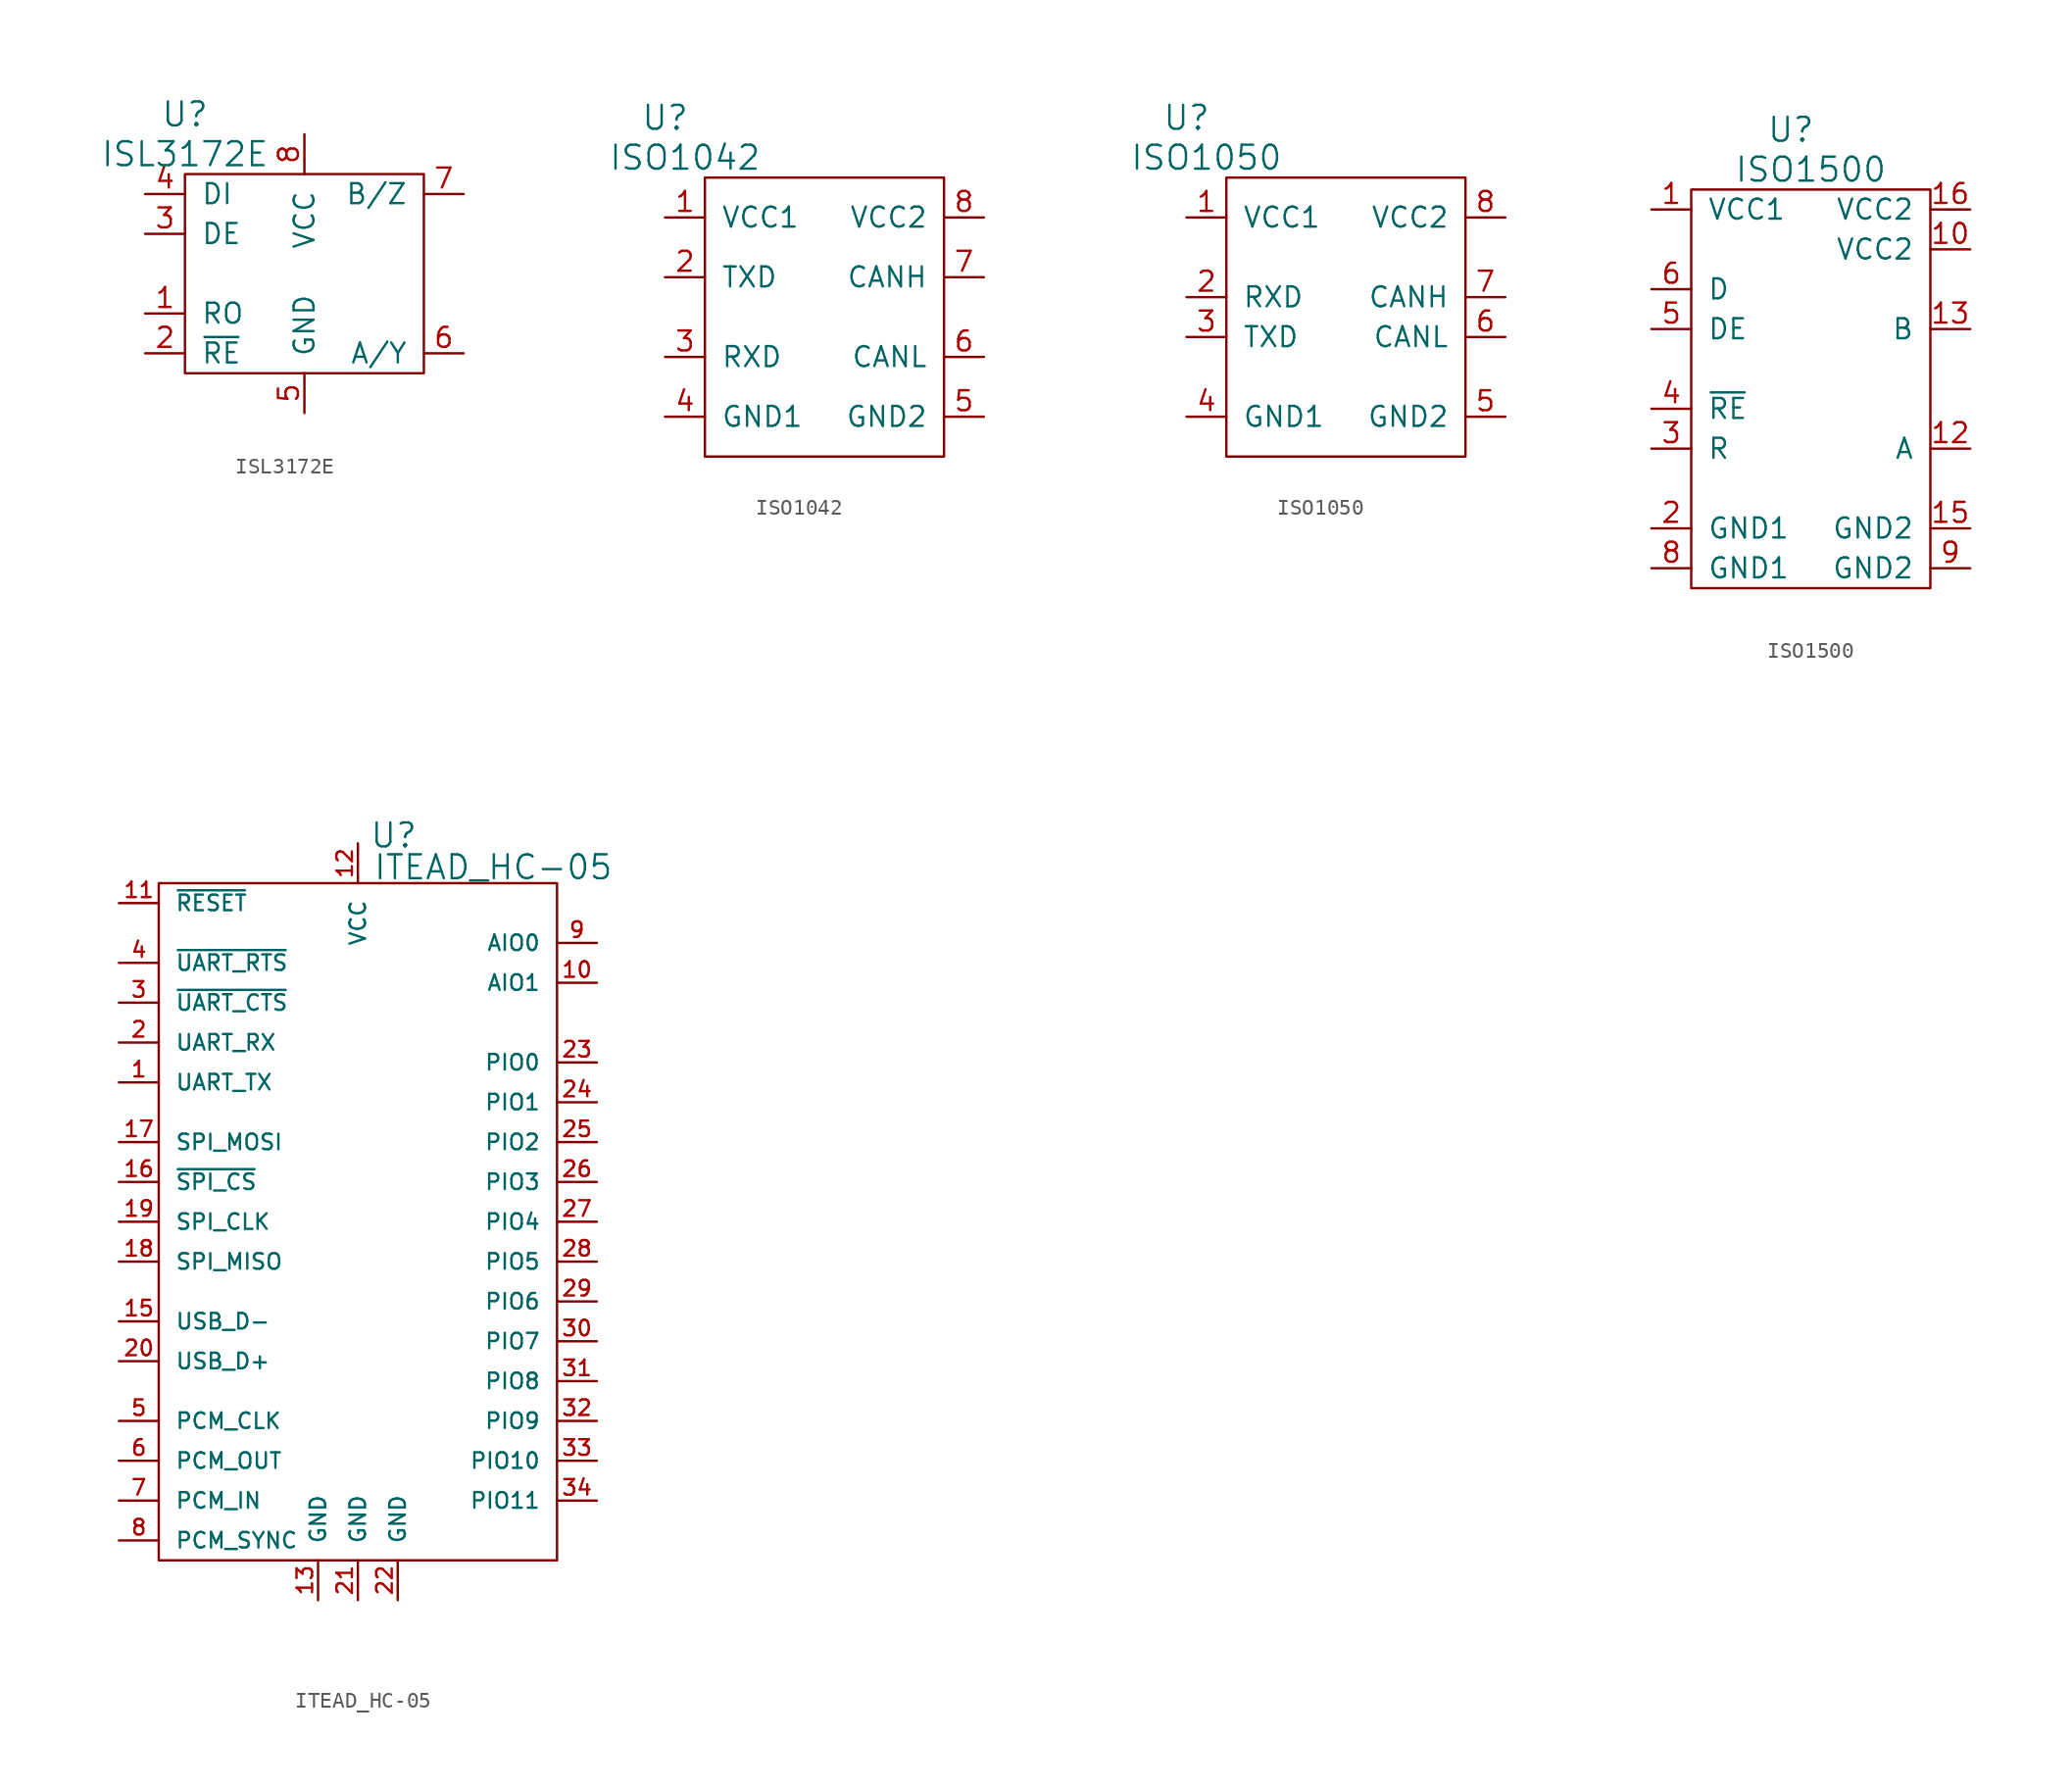
<source format=kicad_sym>
(kicad_symbol_lib
  (version 20220914)
  (generator kicad_symbol_editor)
  (symbol "ISL3172E"
    (pin_names
      (offset 1.016))
    (property "Reference" "U"
      (at -7.62 10.16 0)
      (effects (font (size 1.524 1.524))))
    (property "Value" "ISL3172E"
      (at -7.62 7.62 0)
      (effects (font (size 1.524 1.524))))
    (property "Footprint" ""
      (at 0 0 0)
      (effects (font (size 1.524 1.524))))
    (property "Datasheet" ""
      (at 0 0 0)
      (effects (font (size 1.524 1.524))))
    (symbol "ISL3172E_0_1"
      (rectangle (start -7.62 6.35) (end 7.62 -6.35) (stroke (width 0) (type solid)) (fill (type none))))
    (symbol "ISL3172E_1_1"
      (pin passive line (at -10.16 -2.54 0) (length 2.54) (name "RO" (effects (font (size 1.27 1.27)))) (number "1" (effects (font (size 1.27 1.27)))))
      (pin passive line (at -10.16 -5.08 0) (length 2.54) (name "~{RE}" (effects (font (size 1.27 1.27)))) (number "2" (effects (font (size 1.27 1.27)))))
      (pin passive line (at -10.16 2.54 0) (length 2.54) (name "DE" (effects (font (size 1.27 1.27)))) (number "3" (effects (font (size 1.27 1.27)))))
      (pin passive line (at -10.16 5.08 0) (length 2.54) (name "DI" (effects (font (size 1.27 1.27)))) (number "4" (effects (font (size 1.27 1.27)))))
      (pin passive line (at 0 -8.89 90) (length 2.54) (name "GND" (effects (font (size 1.27 1.27)))) (number "5" (effects (font (size 1.27 1.27)))))
      (pin passive line (at 10.16 -5.08 180) (length 2.54) (name "A/Y" (effects (font (size 1.27 1.27)))) (number "6" (effects (font (size 1.27 1.27)))))
      (pin passive line (at 10.16 5.08 180) (length 2.54) (name "B/Z" (effects (font (size 1.27 1.27)))) (number "7" (effects (font (size 1.27 1.27)))))
      (pin passive line (at 0 8.89 270) (length 2.54) (name "VCC" (effects (font (size 1.27 1.27)))) (number "8" (effects (font (size 1.27 1.27)))))))
  (symbol "ISO1042"
    (pin_names
      (offset 1.016))
    (property "Reference" "U"
      (at -10.16 12.7 0)
      (effects (font (size 1.524 1.524))))
    (property "Value" "ISO1042"
      (at -8.89 10.16 0)
      (effects (font (size 1.524 1.524))))
    (property "Footprint" ""
      (at 0 0 0)
      (effects (font (size 1.524 1.524))))
    (property "Datasheet" ""
      (at 0 0 0)
      (effects (font (size 1.524 1.524))))
    (symbol "ISO1042_0_1"
      (rectangle (start -7.62 8.89) (end 7.62 -8.89) (stroke (width 0) (type solid)) (fill (type none))))
    (symbol "ISO1042_1_1"
      (pin passive line (at -10.16 6.35 0) (length 2.54) (name "VCC1" (effects (font (size 1.27 1.27)))) (number "1" (effects (font (size 1.27 1.27)))))
      (pin passive line (at -10.16 2.54 0) (length 2.54) (name "TXD" (effects (font (size 1.27 1.27)))) (number "2" (effects (font (size 1.27 1.27)))))
      (pin passive line (at -10.16 -2.54 0) (length 2.54) (name "RXD" (effects (font (size 1.27 1.27)))) (number "3" (effects (font (size 1.27 1.27)))))
      (pin passive line (at -10.16 -6.35 0) (length 2.54) (name "GND1" (effects (font (size 1.27 1.27)))) (number "4" (effects (font (size 1.27 1.27)))))
      (pin passive line (at 10.16 -6.35 180) (length 2.54) (name "GND2" (effects (font (size 1.27 1.27)))) (number "5" (effects (font (size 1.27 1.27)))))
      (pin passive line (at 10.16 -2.54 180) (length 2.54) (name "CANL" (effects (font (size 1.27 1.27)))) (number "6" (effects (font (size 1.27 1.27)))))
      (pin passive line (at 10.16 2.54 180) (length 2.54) (name "CANH" (effects (font (size 1.27 1.27)))) (number "7" (effects (font (size 1.27 1.27)))))
      (pin passive line (at 10.16 6.35 180) (length 2.54) (name "VCC2" (effects (font (size 1.27 1.27)))) (number "8" (effects (font (size 1.27 1.27)))))))
  (symbol "ISO1050"
    (pin_names
      (offset 1.016))
    (property "Reference" "U"
      (at -10.16 12.7 0)
      (effects (font (size 1.524 1.524))))
    (property "Value" "ISO1050"
      (at -8.89 10.16 0)
      (effects (font (size 1.524 1.524))))
    (property "Footprint" ""
      (at 0 0 0)
      (effects (font (size 1.524 1.524))))
    (property "Datasheet" ""
      (at 0 0 0)
      (effects (font (size 1.524 1.524))))
    (symbol "ISO1050_0_1"
      (rectangle (start -7.62 8.89) (end 7.62 -8.89) (stroke (width 0) (type solid)) (fill (type none))))
    (symbol "ISO1050_1_1"
      (pin passive line (at -10.16 6.35 0) (length 2.54) (name "VCC1" (effects (font (size 1.27 1.27)))) (number "1" (effects (font (size 1.27 1.27)))))
      (pin passive line (at -10.16 1.27 0) (length 2.54) (name "RXD" (effects (font (size 1.27 1.27)))) (number "2" (effects (font (size 1.27 1.27)))))
      (pin passive line (at -10.16 -1.27 0) (length 2.54) (name "TXD" (effects (font (size 1.27 1.27)))) (number "3" (effects (font (size 1.27 1.27)))))
      (pin passive line (at -10.16 -6.35 0) (length 2.54) (name "GND1" (effects (font (size 1.27 1.27)))) (number "4" (effects (font (size 1.27 1.27)))))
      (pin passive line (at 10.16 -6.35 180) (length 2.54) (name "GND2" (effects (font (size 1.27 1.27)))) (number "5" (effects (font (size 1.27 1.27)))))
      (pin passive line (at 10.16 -1.27 180) (length 2.54) (name "CANL" (effects (font (size 1.27 1.27)))) (number "6" (effects (font (size 1.27 1.27)))))
      (pin passive line (at 10.16 1.27 180) (length 2.54) (name "CANH" (effects (font (size 1.27 1.27)))) (number "7" (effects (font (size 1.27 1.27)))))
      (pin passive line (at 10.16 6.35 180) (length 2.54) (name "VCC2" (effects (font (size 1.27 1.27)))) (number "8" (effects (font (size 1.27 1.27)))))))
  (symbol "ISO1500"
    (pin_names
      (offset 1.016))
    (property "Reference" "U"
      (at -1.27 16.51 0)
      (effects (font (size 1.524 1.524))))
    (property "Value" "ISO1500"
      (at 0 13.97 0)
      (effects (font (size 1.524 1.524))))
    (property "Footprint" ""
      (at 0 0 0)
      (effects (font (size 1.524 1.524))))
    (property "Datasheet" ""
      (at 0 0 0)
      (effects (font (size 1.524 1.524))))
    (symbol "ISO1500_0_1"
      (rectangle (start -7.62 12.7) (end 7.62 -12.7) (stroke (width 0) (type solid)) (fill (type none))))
    (symbol "ISO1500_1_1"
      (pin passive line (at -10.16 11.43 0) (length 2.54) (name "VCC1" (effects (font (size 1.27 1.27)))) (number "1" (effects (font (size 1.27 1.27)))))
      (pin passive line (at 10.16 8.89 180) (length 2.54) (name "VCC2" (effects (font (size 1.27 1.27)))) (number "10" (effects (font (size 1.27 1.27)))))
      (pin passive line (at 10.16 -3.81 180) (length 2.54) (name "A" (effects (font (size 1.27 1.27)))) (number "12" (effects (font (size 1.27 1.27)))))
      (pin passive line (at 10.16 3.81 180) (length 2.54) (name "B" (effects (font (size 1.27 1.27)))) (number "13" (effects (font (size 1.27 1.27)))))
      (pin passive line (at 10.16 -8.89 180) (length 2.54) (name "GND2" (effects (font (size 1.27 1.27)))) (number "15" (effects (font (size 1.27 1.27)))))
      (pin passive line (at 10.16 11.43 180) (length 2.54) (name "VCC2" (effects (font (size 1.27 1.27)))) (number "16" (effects (font (size 1.27 1.27)))))
      (pin passive line (at -10.16 -8.89 0) (length 2.54) (name "GND1" (effects (font (size 1.27 1.27)))) (number "2" (effects (font (size 1.27 1.27)))))
      (pin passive line (at -10.16 -3.81 0) (length 2.54) (name "R" (effects (font (size 1.27 1.27)))) (number "3" (effects (font (size 1.27 1.27)))))
      (pin passive line (at -10.16 -1.27 0) (length 2.54) (name "~{RE}" (effects (font (size 1.27 1.27)))) (number "4" (effects (font (size 1.27 1.27)))))
      (pin passive line (at -10.16 3.81 0) (length 2.54) (name "DE" (effects (font (size 1.27 1.27)))) (number "5" (effects (font (size 1.27 1.27)))))
      (pin passive line (at -10.16 6.35 0) (length 2.54) (name "D" (effects (font (size 1.27 1.27)))) (number "6" (effects (font (size 1.27 1.27)))))
      (pin passive line (at -10.16 -11.43 0) (length 2.54) (name "GND1" (effects (font (size 1.27 1.27)))) (number "8" (effects (font (size 1.27 1.27)))))
      (pin passive line (at 10.16 -11.43 180) (length 2.54) (name "GND2" (effects (font (size 1.27 1.27)))) (number "9" (effects (font (size 1.27 1.27)))))))
  (symbol "ITEAD_HC-05"
    (pin_names
      (offset 1.016))
    (property "Reference" "U"
      (at 2.286 24.638 0)
      (effects (font (size 1.524 1.524))))
    (property "Value" "ITEAD_HC-05"
      (at 8.636 22.606 0)
      (effects (font (size 1.524 1.524))))
    (property "Footprint" ""
      (at 0 0 0)
      (effects (font (size 1.524 1.524))))
    (property "Datasheet" ""
      (at 0 0 0)
      (effects (font (size 1.524 1.524))))
    (symbol "ITEAD_HC-05_0_1"
      (rectangle (start -12.7 21.59) (end 12.7 -21.59) (stroke (width 0) (type solid)) (fill (type none))))
    (symbol "ITEAD_HC-05_1_1"
      (pin passive line (at -15.24 8.89 0) (length 2.54) (name "UART_TX" (effects (font (size 0.991 0.991)))) (number "1" (effects (font (size 0.991 0.991)))))
      (pin passive line (at 15.24 15.24 180) (length 2.54) (name "AIO1" (effects (font (size 0.991 0.991)))) (number "10" (effects (font (size 0.991 0.991)))))
      (pin passive line (at -15.24 20.32 0) (length 2.54) (name "~{RESET}" (effects (font (size 0.991 0.991)))) (number "11" (effects (font (size 0.991 0.991)))))
      (pin passive line (at 0 24.13 270) (length 2.54) (name "VCC" (effects (font (size 0.991 0.991)))) (number "12" (effects (font (size 0.991 0.991)))))
      (pin passive line (at -2.54 -24.13 90) (length 2.54) (name "GND" (effects (font (size 0.991 0.991)))) (number "13" (effects (font (size 0.991 0.991)))))
      (pin passive line (at -15.24 -6.35 0) (length 2.54) (name "USB_D-" (effects (font (size 0.991 0.991)))) (number "15" (effects (font (size 0.991 0.991)))))
      (pin passive line (at -15.24 2.54 0) (length 2.54) (name "~{SPI_CS}" (effects (font (size 0.991 0.991)))) (number "16" (effects (font (size 0.991 0.991)))))
      (pin passive line (at -15.24 5.08 0) (length 2.54) (name "SPI_MOSI" (effects (font (size 0.991 0.991)))) (number "17" (effects (font (size 0.991 0.991)))))
      (pin passive line (at -15.24 -2.54 0) (length 2.54) (name "SPI_MISO" (effects (font (size 0.991 0.991)))) (number "18" (effects (font (size 0.991 0.991)))))
      (pin passive line (at -15.24 0 0) (length 2.54) (name "SPI_CLK" (effects (font (size 0.991 0.991)))) (number "19" (effects (font (size 0.991 0.991)))))
      (pin passive line (at -15.24 11.43 0) (length 2.54) (name "UART_RX" (effects (font (size 0.991 0.991)))) (number "2" (effects (font (size 0.991 0.991)))))
      (pin passive line (at -15.24 -8.89 0) (length 2.54) (name "USB_D+" (effects (font (size 0.991 0.991)))) (number "20" (effects (font (size 0.991 0.991)))))
      (pin passive line (at 0 -24.13 90) (length 2.54) (name "GND" (effects (font (size 0.991 0.991)))) (number "21" (effects (font (size 0.991 0.991)))))
      (pin passive line (at 2.54 -24.13 90) (length 2.54) (name "GND" (effects (font (size 0.991 0.991)))) (number "22" (effects (font (size 0.991 0.991)))))
      (pin passive line (at 15.24 10.16 180) (length 2.54) (name "PIO0" (effects (font (size 0.991 0.991)))) (number "23" (effects (font (size 0.991 0.991)))))
      (pin passive line (at 15.24 7.62 180) (length 2.54) (name "PIO1" (effects (font (size 0.991 0.991)))) (number "24" (effects (font (size 0.991 0.991)))))
      (pin passive line (at 15.24 5.08 180) (length 2.54) (name "PIO2" (effects (font (size 0.991 0.991)))) (number "25" (effects (font (size 0.991 0.991)))))
      (pin passive line (at 15.24 2.54 180) (length 2.54) (name "PIO3" (effects (font (size 0.991 0.991)))) (number "26" (effects (font (size 0.991 0.991)))))
      (pin passive line (at 15.24 0 180) (length 2.54) (name "PIO4" (effects (font (size 0.991 0.991)))) (number "27" (effects (font (size 0.991 0.991)))))
      (pin passive line (at 15.24 -2.54 180) (length 2.54) (name "PIO5" (effects (font (size 0.991 0.991)))) (number "28" (effects (font (size 0.991 0.991)))))
      (pin passive line (at 15.24 -5.08 180) (length 2.54) (name "PIO6" (effects (font (size 0.991 0.991)))) (number "29" (effects (font (size 0.991 0.991)))))
      (pin passive line (at -15.24 13.97 0) (length 2.54) (name "~{UART_CTS}" (effects (font (size 0.991 0.991)))) (number "3" (effects (font (size 0.991 0.991)))))
      (pin passive line (at 15.24 -7.62 180) (length 2.54) (name "PIO7" (effects (font (size 0.991 0.991)))) (number "30" (effects (font (size 0.991 0.991)))))
      (pin passive line (at 15.24 -10.16 180) (length 2.54) (name "PIO8" (effects (font (size 0.991 0.991)))) (number "31" (effects (font (size 0.991 0.991)))))
      (pin passive line (at 15.24 -12.7 180) (length 2.54) (name "PIO9" (effects (font (size 0.991 0.991)))) (number "32" (effects (font (size 0.991 0.991)))))
      (pin passive line (at 15.24 -15.24 180) (length 2.54) (name "PIO10" (effects (font (size 0.991 0.991)))) (number "33" (effects (font (size 0.991 0.991)))))
      (pin passive line (at 15.24 -17.78 180) (length 2.54) (name "PIO11" (effects (font (size 0.991 0.991)))) (number "34" (effects (font (size 0.991 0.991)))))
      (pin passive line (at -15.24 16.51 0) (length 2.54) (name "~{UART_RTS}" (effects (font (size 0.991 0.991)))) (number "4" (effects (font (size 0.991 0.991)))))
      (pin passive line (at -15.24 -12.7 0) (length 2.54) (name "PCM_CLK" (effects (font (size 0.991 0.991)))) (number "5" (effects (font (size 0.991 0.991)))))
      (pin passive line (at -15.24 -15.24 0) (length 2.54) (name "PCM_OUT" (effects (font (size 0.991 0.991)))) (number "6" (effects (font (size 0.991 0.991)))))
      (pin passive line (at -15.24 -17.78 0) (length 2.54) (name "PCM_IN" (effects (font (size 0.991 0.991)))) (number "7" (effects (font (size 0.991 0.991)))))
      (pin passive line (at -15.24 -20.32 0) (length 2.54) (name "PCM_SYNC" (effects (font (size 0.991 0.991)))) (number "8" (effects (font (size 0.991 0.991)))))
      (pin passive line (at 15.24 17.78 180) (length 2.54) (name "AIO0" (effects (font (size 0.991 0.991)))) (number "9" (effects (font (size 0.991 0.991))))))))
</source>
